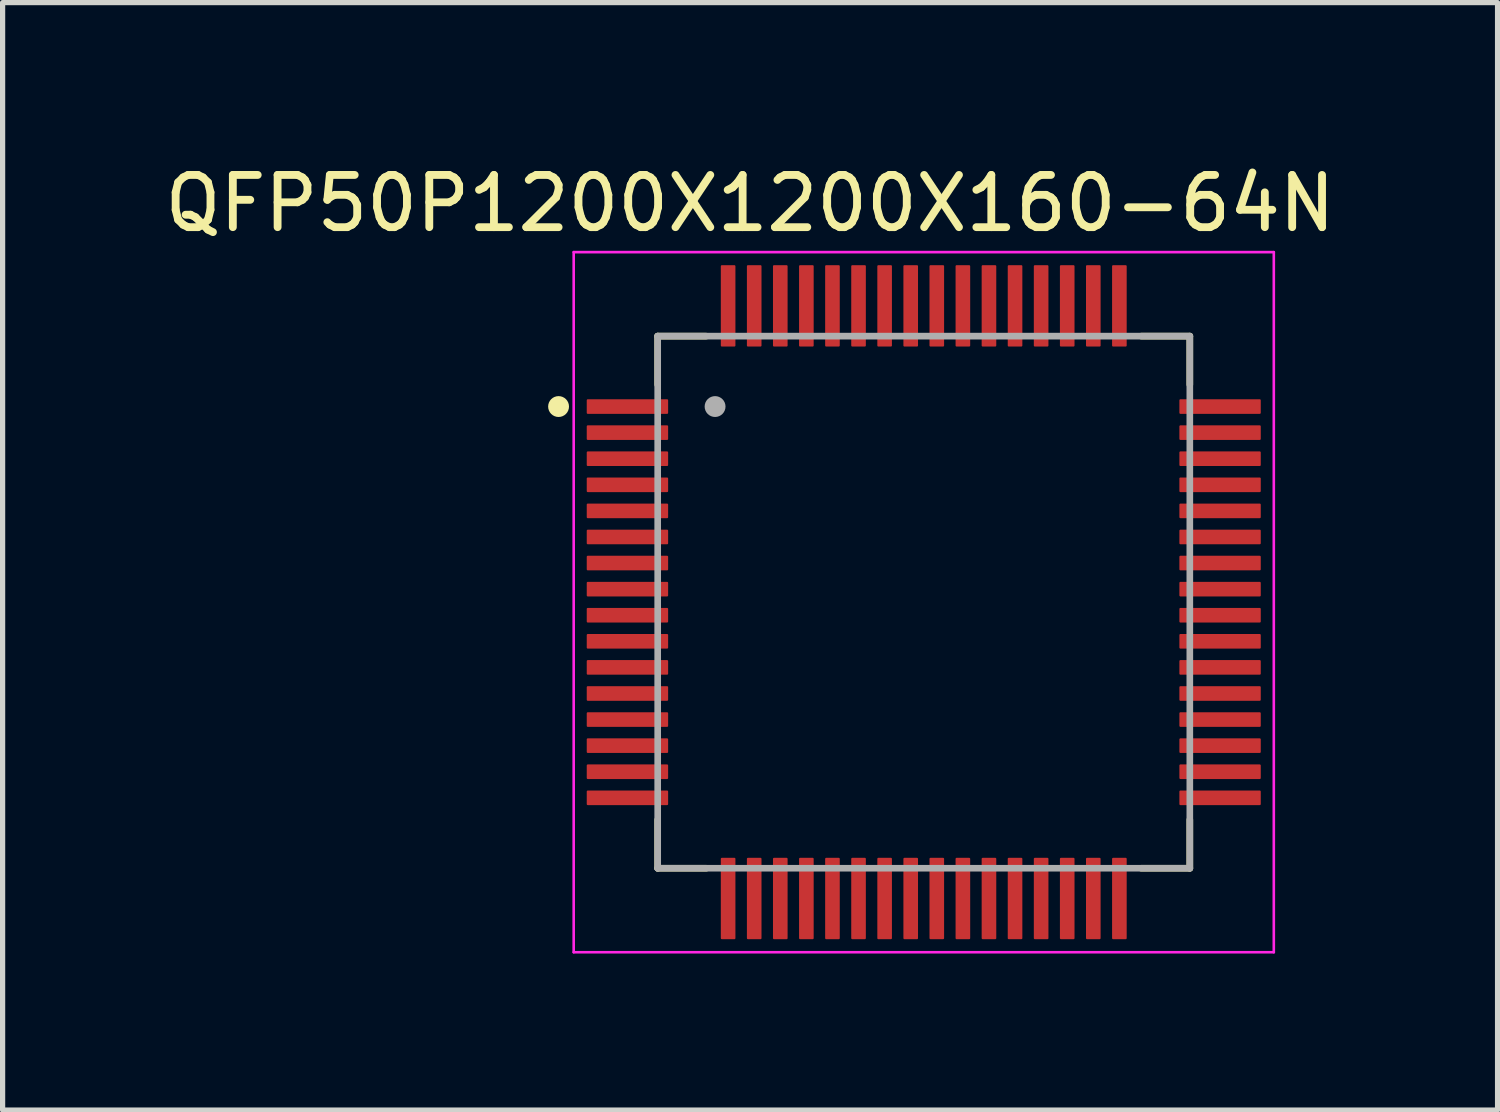
<source format=kicad_pcb>
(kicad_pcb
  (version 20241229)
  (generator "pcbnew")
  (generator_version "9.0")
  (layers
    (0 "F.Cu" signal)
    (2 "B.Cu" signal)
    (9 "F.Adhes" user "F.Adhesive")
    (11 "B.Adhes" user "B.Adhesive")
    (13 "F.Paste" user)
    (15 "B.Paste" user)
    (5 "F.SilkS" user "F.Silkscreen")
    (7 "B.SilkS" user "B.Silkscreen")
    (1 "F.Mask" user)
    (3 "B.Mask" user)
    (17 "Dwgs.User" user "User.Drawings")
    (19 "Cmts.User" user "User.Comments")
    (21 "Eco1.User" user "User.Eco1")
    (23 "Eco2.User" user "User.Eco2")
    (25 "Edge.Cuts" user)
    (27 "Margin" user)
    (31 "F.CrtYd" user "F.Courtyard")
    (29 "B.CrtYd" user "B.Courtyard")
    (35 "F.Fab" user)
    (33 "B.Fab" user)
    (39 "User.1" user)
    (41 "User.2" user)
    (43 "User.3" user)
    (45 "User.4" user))
  (footprint "QFP50P1200X1200X160-64N"
    (layer "F.Cu")
    (at 14.657 8.493)
    (property "Reference" "QFP50P1200X1200X160-64N" (at -3.329 -7.644 0) (layer "F.SilkS") (effects (font (size 1.001 1.001) (thickness 0.15))))
    (attr through_hole)
    (fp_line (start -5.1 -5.1) (end -5.1 -4.17) (stroke (width 0.127) (type solid)) (layer "F.SilkS"))
    (fp_line (start -5.1 -5.1) (end -4.17 -5.1) (stroke (width 0.127) (type solid)) (layer "F.SilkS"))
    (fp_line (start -5.1 5.1) (end -5.1 4.17) (stroke (width 0.127) (type solid)) (layer "F.SilkS"))
    (fp_line (start -5.1 5.1) (end -4.17 5.1) (stroke (width 0.127) (type solid)) (layer "F.SilkS"))
    (fp_line (start 5.1 -5.1) (end 4.17 -5.1) (stroke (width 0.127) (type solid)) (layer "F.SilkS"))
    (fp_line (start 5.1 -5.1) (end 5.1 -4.17) (stroke (width 0.127) (type solid)) (layer "F.SilkS"))
    (fp_line (start 5.1 5.1) (end 4.17 5.1) (stroke (width 0.127) (type solid)) (layer "F.SilkS"))
    (fp_line (start 5.1 5.1) (end 5.1 4.17) (stroke (width 0.127) (type solid)) (layer "F.SilkS"))
    (fp_circle (center -7 -3.75) (end -6.9 -3.75) (stroke (width 0.2) (type solid)) (fill no) (layer "F.SilkS"))
    (fp_line (start -6.71 -6.71) (end 6.71 -6.71) (stroke (width 0.05) (type solid)) (layer "F.CrtYd"))
    (fp_line (start -6.71 6.71) (end -6.71 -6.71) (stroke (width 0.05) (type solid)) (layer "F.CrtYd"))
    (fp_line (start -6.71 6.71) (end 6.71 6.71) (stroke (width 0.05) (type solid)) (layer "F.CrtYd"))
    (fp_line (start 6.71 6.71) (end 6.71 -6.71) (stroke (width 0.05) (type solid)) (layer "F.CrtYd"))
    (fp_line (start -5.1 -5.1) (end 5.1 -5.1) (stroke (width 0.127) (type solid)) (layer "F.Fab"))
    (fp_line (start -5.1 5.1) (end -5.1 -5.1) (stroke (width 0.127) (type solid)) (layer "F.Fab"))
    (fp_line (start -5.1 5.1) (end 5.1 5.1) (stroke (width 0.127) (type solid)) (layer "F.Fab"))
    (fp_line (start 5.1 5.1) (end 5.1 -5.1) (stroke (width 0.127) (type solid)) (layer "F.Fab"))
    (fp_circle (center -4 -3.75) (end -3.9 -3.75) (stroke (width 0.2) (type solid)) (fill no) (layer "F.Fab"))
    (pad "1" smd roundrect (at -5.68 -3.75) (size 1.56 0.28) (layers "F.Cu" "F.Mask" "F.Paste") (roundrect_rratio 0.07))
    (pad "2" smd roundrect (at -5.68 -3.25) (size 1.56 0.28) (layers "F.Cu" "F.Mask" "F.Paste") (roundrect_rratio 0.07))
    (pad "3" smd roundrect (at -5.68 -2.75) (size 1.56 0.28) (layers "F.Cu" "F.Mask" "F.Paste") (roundrect_rratio 0.07))
    (pad "4" smd roundrect (at -5.68 -2.25) (size 1.56 0.28) (layers "F.Cu" "F.Mask" "F.Paste") (roundrect_rratio 0.07))
    (pad "5" smd roundrect (at -5.68 -1.75) (size 1.56 0.28) (layers "F.Cu" "F.Mask" "F.Paste") (roundrect_rratio 0.07))
    (pad "6" smd roundrect (at -5.68 -1.25) (size 1.56 0.28) (layers "F.Cu" "F.Mask" "F.Paste") (roundrect_rratio 0.07))
    (pad "7" smd roundrect (at -5.68 -0.75) (size 1.56 0.28) (layers "F.Cu" "F.Mask" "F.Paste") (roundrect_rratio 0.07))
    (pad "8" smd roundrect (at -5.68 -0.25) (size 1.56 0.28) (layers "F.Cu" "F.Mask" "F.Paste") (roundrect_rratio 0.07))
    (pad "9" smd roundrect (at -5.68 0.25) (size 1.56 0.28) (layers "F.Cu" "F.Mask" "F.Paste") (roundrect_rratio 0.07))
    (pad "10" smd roundrect (at -5.68 0.75) (size 1.56 0.28) (layers "F.Cu" "F.Mask" "F.Paste") (roundrect_rratio 0.07))
    (pad "11" smd roundrect (at -5.68 1.25) (size 1.56 0.28) (layers "F.Cu" "F.Mask" "F.Paste") (roundrect_rratio 0.07))
    (pad "12" smd roundrect (at -5.68 1.75) (size 1.56 0.28) (layers "F.Cu" "F.Mask" "F.Paste") (roundrect_rratio 0.07))
    (pad "13" smd roundrect (at -5.68 2.25) (size 1.56 0.28) (layers "F.Cu" "F.Mask" "F.Paste") (roundrect_rratio 0.07))
    (pad "14" smd roundrect (at -5.68 2.75) (size 1.56 0.28) (layers "F.Cu" "F.Mask" "F.Paste") (roundrect_rratio 0.07))
    (pad "15" smd roundrect (at -5.68 3.25) (size 1.56 0.28) (layers "F.Cu" "F.Mask" "F.Paste") (roundrect_rratio 0.07))
    (pad "16" smd roundrect (at -5.68 3.75) (size 1.56 0.28) (layers "F.Cu" "F.Mask" "F.Paste") (roundrect_rratio 0.07))
    (pad "17" smd roundrect (at -3.75 5.68) (size 0.28 1.56) (layers "F.Cu" "F.Mask" "F.Paste") (roundrect_rratio 0.07))
    (pad "18" smd roundrect (at -3.25 5.68) (size 0.28 1.56) (layers "F.Cu" "F.Mask" "F.Paste") (roundrect_rratio 0.07))
    (pad "19" smd roundrect (at -2.75 5.68) (size 0.28 1.56) (layers "F.Cu" "F.Mask" "F.Paste") (roundrect_rratio 0.07))
    (pad "20" smd roundrect (at -2.25 5.68) (size 0.28 1.56) (layers "F.Cu" "F.Mask" "F.Paste") (roundrect_rratio 0.07))
    (pad "21" smd roundrect (at -1.75 5.68) (size 0.28 1.56) (layers "F.Cu" "F.Mask" "F.Paste") (roundrect_rratio 0.07))
    (pad "22" smd roundrect (at -1.25 5.68) (size 0.28 1.56) (layers "F.Cu" "F.Mask" "F.Paste") (roundrect_rratio 0.07))
    (pad "23" smd roundrect (at -0.75 5.68) (size 0.28 1.56) (layers "F.Cu" "F.Mask" "F.Paste") (roundrect_rratio 0.07))
    (pad "24" smd roundrect (at -0.25 5.68) (size 0.28 1.56) (layers "F.Cu" "F.Mask" "F.Paste") (roundrect_rratio 0.07))
    (pad "25" smd roundrect (at 0.25 5.68) (size 0.28 1.56) (layers "F.Cu" "F.Mask" "F.Paste") (roundrect_rratio 0.07))
    (pad "26" smd roundrect (at 0.75 5.68) (size 0.28 1.56) (layers "F.Cu" "F.Mask" "F.Paste") (roundrect_rratio 0.07))
    (pad "27" smd roundrect (at 1.25 5.68) (size 0.28 1.56) (layers "F.Cu" "F.Mask" "F.Paste") (roundrect_rratio 0.07))
    (pad "28" smd roundrect (at 1.75 5.68) (size 0.28 1.56) (layers "F.Cu" "F.Mask" "F.Paste") (roundrect_rratio 0.07))
    (pad "29" smd roundrect (at 2.25 5.68) (size 0.28 1.56) (layers "F.Cu" "F.Mask" "F.Paste") (roundrect_rratio 0.07))
    (pad "30" smd roundrect (at 2.75 5.68) (size 0.28 1.56) (layers "F.Cu" "F.Mask" "F.Paste") (roundrect_rratio 0.07))
    (pad "31" smd roundrect (at 3.25 5.68) (size 0.28 1.56) (layers "F.Cu" "F.Mask" "F.Paste") (roundrect_rratio 0.07))
    (pad "32" smd roundrect (at 3.75 5.68) (size 0.28 1.56) (layers "F.Cu" "F.Mask" "F.Paste") (roundrect_rratio 0.07))
    (pad "33" smd roundrect (at 5.68 3.75) (size 1.56 0.28) (layers "F.Cu" "F.Mask" "F.Paste") (roundrect_rratio 0.07))
    (pad "34" smd roundrect (at 5.68 3.25) (size 1.56 0.28) (layers "F.Cu" "F.Mask" "F.Paste") (roundrect_rratio 0.07))
    (pad "35" smd roundrect (at 5.68 2.75) (size 1.56 0.28) (layers "F.Cu" "F.Mask" "F.Paste") (roundrect_rratio 0.07))
    (pad "36" smd roundrect (at 5.68 2.25) (size 1.56 0.28) (layers "F.Cu" "F.Mask" "F.Paste") (roundrect_rratio 0.07))
    (pad "37" smd roundrect (at 5.68 1.75) (size 1.56 0.28) (layers "F.Cu" "F.Mask" "F.Paste") (roundrect_rratio 0.07))
    (pad "38" smd roundrect (at 5.68 1.25) (size 1.56 0.28) (layers "F.Cu" "F.Mask" "F.Paste") (roundrect_rratio 0.07))
    (pad "39" smd roundrect (at 5.68 0.75) (size 1.56 0.28) (layers "F.Cu" "F.Mask" "F.Paste") (roundrect_rratio 0.07))
    (pad "40" smd roundrect (at 5.68 0.25) (size 1.56 0.28) (layers "F.Cu" "F.Mask" "F.Paste") (roundrect_rratio 0.07))
    (pad "41" smd roundrect (at 5.68 -0.25) (size 1.56 0.28) (layers "F.Cu" "F.Mask" "F.Paste") (roundrect_rratio 0.07))
    (pad "42" smd roundrect (at 5.68 -0.75) (size 1.56 0.28) (layers "F.Cu" "F.Mask" "F.Paste") (roundrect_rratio 0.07))
    (pad "43" smd roundrect (at 5.68 -1.25) (size 1.56 0.28) (layers "F.Cu" "F.Mask" "F.Paste") (roundrect_rratio 0.07))
    (pad "44" smd roundrect (at 5.68 -1.75) (size 1.56 0.28) (layers "F.Cu" "F.Mask" "F.Paste") (roundrect_rratio 0.07))
    (pad "45" smd roundrect (at 5.68 -2.25) (size 1.56 0.28) (layers "F.Cu" "F.Mask" "F.Paste") (roundrect_rratio 0.07))
    (pad "46" smd roundrect (at 5.68 -2.75) (size 1.56 0.28) (layers "F.Cu" "F.Mask" "F.Paste") (roundrect_rratio 0.07))
    (pad "47" smd roundrect (at 5.68 -3.25) (size 1.56 0.28) (layers "F.Cu" "F.Mask" "F.Paste") (roundrect_rratio 0.07))
    (pad "48" smd roundrect (at 5.68 -3.75) (size 1.56 0.28) (layers "F.Cu" "F.Mask" "F.Paste") (roundrect_rratio 0.07))
    (pad "49" smd roundrect (at 3.75 -5.68) (size 0.28 1.56) (layers "F.Cu" "F.Mask" "F.Paste") (roundrect_rratio 0.07))
    (pad "50" smd roundrect (at 3.25 -5.68) (size 0.28 1.56) (layers "F.Cu" "F.Mask" "F.Paste") (roundrect_rratio 0.07))
    (pad "51" smd roundrect (at 2.75 -5.68) (size 0.28 1.56) (layers "F.Cu" "F.Mask" "F.Paste") (roundrect_rratio 0.07))
    (pad "52" smd roundrect (at 2.25 -5.68) (size 0.28 1.56) (layers "F.Cu" "F.Mask" "F.Paste") (roundrect_rratio 0.07))
    (pad "53" smd roundrect (at 1.75 -5.68) (size 0.28 1.56) (layers "F.Cu" "F.Mask" "F.Paste") (roundrect_rratio 0.07))
    (pad "54" smd roundrect (at 1.25 -5.68) (size 0.28 1.56) (layers "F.Cu" "F.Mask" "F.Paste") (roundrect_rratio 0.07))
    (pad "55" smd roundrect (at 0.75 -5.68) (size 0.28 1.56) (layers "F.Cu" "F.Mask" "F.Paste") (roundrect_rratio 0.07))
    (pad "56" smd roundrect (at 0.25 -5.68) (size 0.28 1.56) (layers "F.Cu" "F.Mask" "F.Paste") (roundrect_rratio 0.07))
    (pad "57" smd roundrect (at -0.25 -5.68) (size 0.28 1.56) (layers "F.Cu" "F.Mask" "F.Paste") (roundrect_rratio 0.07))
    (pad "58" smd roundrect (at -0.75 -5.68) (size 0.28 1.56) (layers "F.Cu" "F.Mask" "F.Paste") (roundrect_rratio 0.07))
    (pad "59" smd roundrect (at -1.25 -5.68) (size 0.28 1.56) (layers "F.Cu" "F.Mask" "F.Paste") (roundrect_rratio 0.07))
    (pad "60" smd roundrect (at -1.75 -5.68) (size 0.28 1.56) (layers "F.Cu" "F.Mask" "F.Paste") (roundrect_rratio 0.07))
    (pad "61" smd roundrect (at -2.25 -5.68) (size 0.28 1.56) (layers "F.Cu" "F.Mask" "F.Paste") (roundrect_rratio 0.07))
    (pad "62" smd roundrect (at -2.75 -5.68) (size 0.28 1.56) (layers "F.Cu" "F.Mask" "F.Paste") (roundrect_rratio 0.07))
    (pad "63" smd roundrect (at -3.25 -5.68) (size 0.28 1.56) (layers "F.Cu" "F.Mask" "F.Paste") (roundrect_rratio 0.07))
    (pad "64" smd roundrect (at -3.75 -5.68) (size 0.28 1.56) (layers "F.Cu" "F.Mask" "F.Paste") (roundrect_rratio 0.07)))
  (gr_rect
    (start -3 -3)
    (end 25.656 18.228)
    (stroke (width 0.1) (type default))
    (fill no)
    (layer "Edge.Cuts")))
</source>
